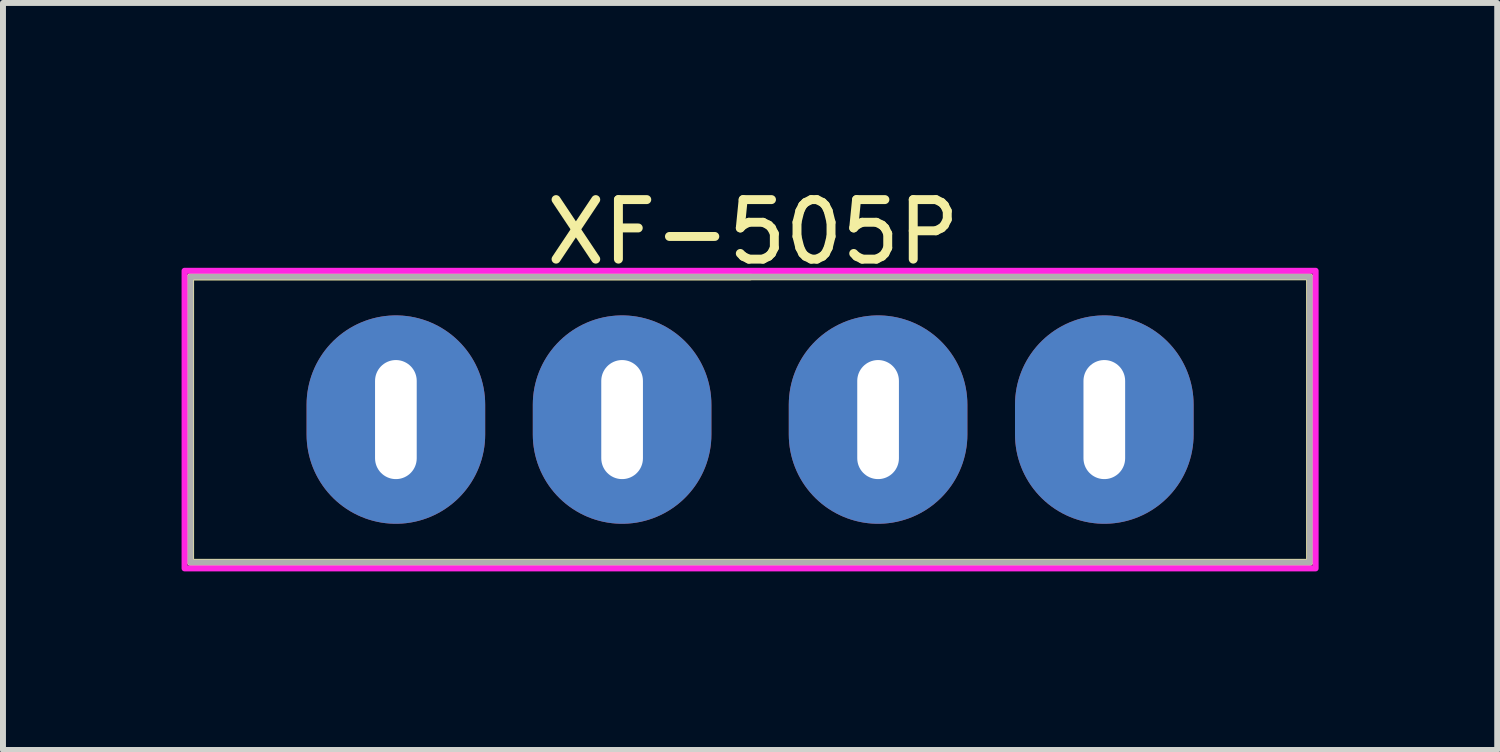
<source format=kicad_pcb>
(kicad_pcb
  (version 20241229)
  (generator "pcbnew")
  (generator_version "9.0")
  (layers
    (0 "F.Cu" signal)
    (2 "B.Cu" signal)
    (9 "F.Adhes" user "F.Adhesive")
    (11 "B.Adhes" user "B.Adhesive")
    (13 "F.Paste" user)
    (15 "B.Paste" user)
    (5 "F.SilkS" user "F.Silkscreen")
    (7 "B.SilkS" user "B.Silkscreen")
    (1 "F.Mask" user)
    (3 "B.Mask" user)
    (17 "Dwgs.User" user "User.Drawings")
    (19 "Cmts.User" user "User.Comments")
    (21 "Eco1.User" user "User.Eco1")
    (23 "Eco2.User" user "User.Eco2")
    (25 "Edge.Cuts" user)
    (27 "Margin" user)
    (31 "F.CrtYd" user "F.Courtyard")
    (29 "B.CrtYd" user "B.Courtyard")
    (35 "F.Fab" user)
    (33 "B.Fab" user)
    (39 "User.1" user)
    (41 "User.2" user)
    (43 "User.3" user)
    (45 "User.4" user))
  (footprint "XF-505P"
    (layer "F.Cu")
    (at 3.6 3.998)
    (property "Reference" "XF-505P" (at 6 -3.15 0) (unlocked yes) (layer "F.SilkS") (effects (font (size 1 1) (thickness 0.15))))
    (attr through_hole)
    (fp_line (start 5.95 -2.4) (end -3.45 -2.4) (stroke (width 0.12) (type solid)) (layer "F.SilkS"))
    (fp_rect (start -3.45 -2.4) (end 15.35 2.4) (stroke (width 0.12) (type solid)) (fill no) (layer "F.SilkS"))
    (fp_rect (start -3.55 -2.5) (end 15.45 2.5) (stroke (width 0.1) (type solid)) (fill no) (layer "F.CrtYd"))
    (fp_rect (start -3.45 -2.4) (end 15.35 2.4) (stroke (width 0.1) (type solid)) (fill no) (layer "F.Fab"))
    (pad "1" thru_hole oval (at 0 0) (size 3 3.5) (drill oval 0.7 2) (layers "*.Cu" "*.Mask"))
    (pad "1" thru_hole oval (at 3.8 0) (size 3 3.5) (drill oval 0.7 2) (layers "*.Cu" "*.Mask"))
    (pad "2" thru_hole oval (at 8.1 0) (size 3 3.5) (drill oval 0.7 2) (layers "*.Cu" "*.Mask"))
    (pad "2" thru_hole oval (at 11.9 0) (size 3 3.5) (drill oval 0.7 2) (layers "*.Cu" "*.Mask")))
  (gr_rect
    (start -3 -3)
    (end 22.1 9.548)
    (stroke (width 0.1) (type default))
    (fill no)
    (layer "Edge.Cuts")))
</source>
